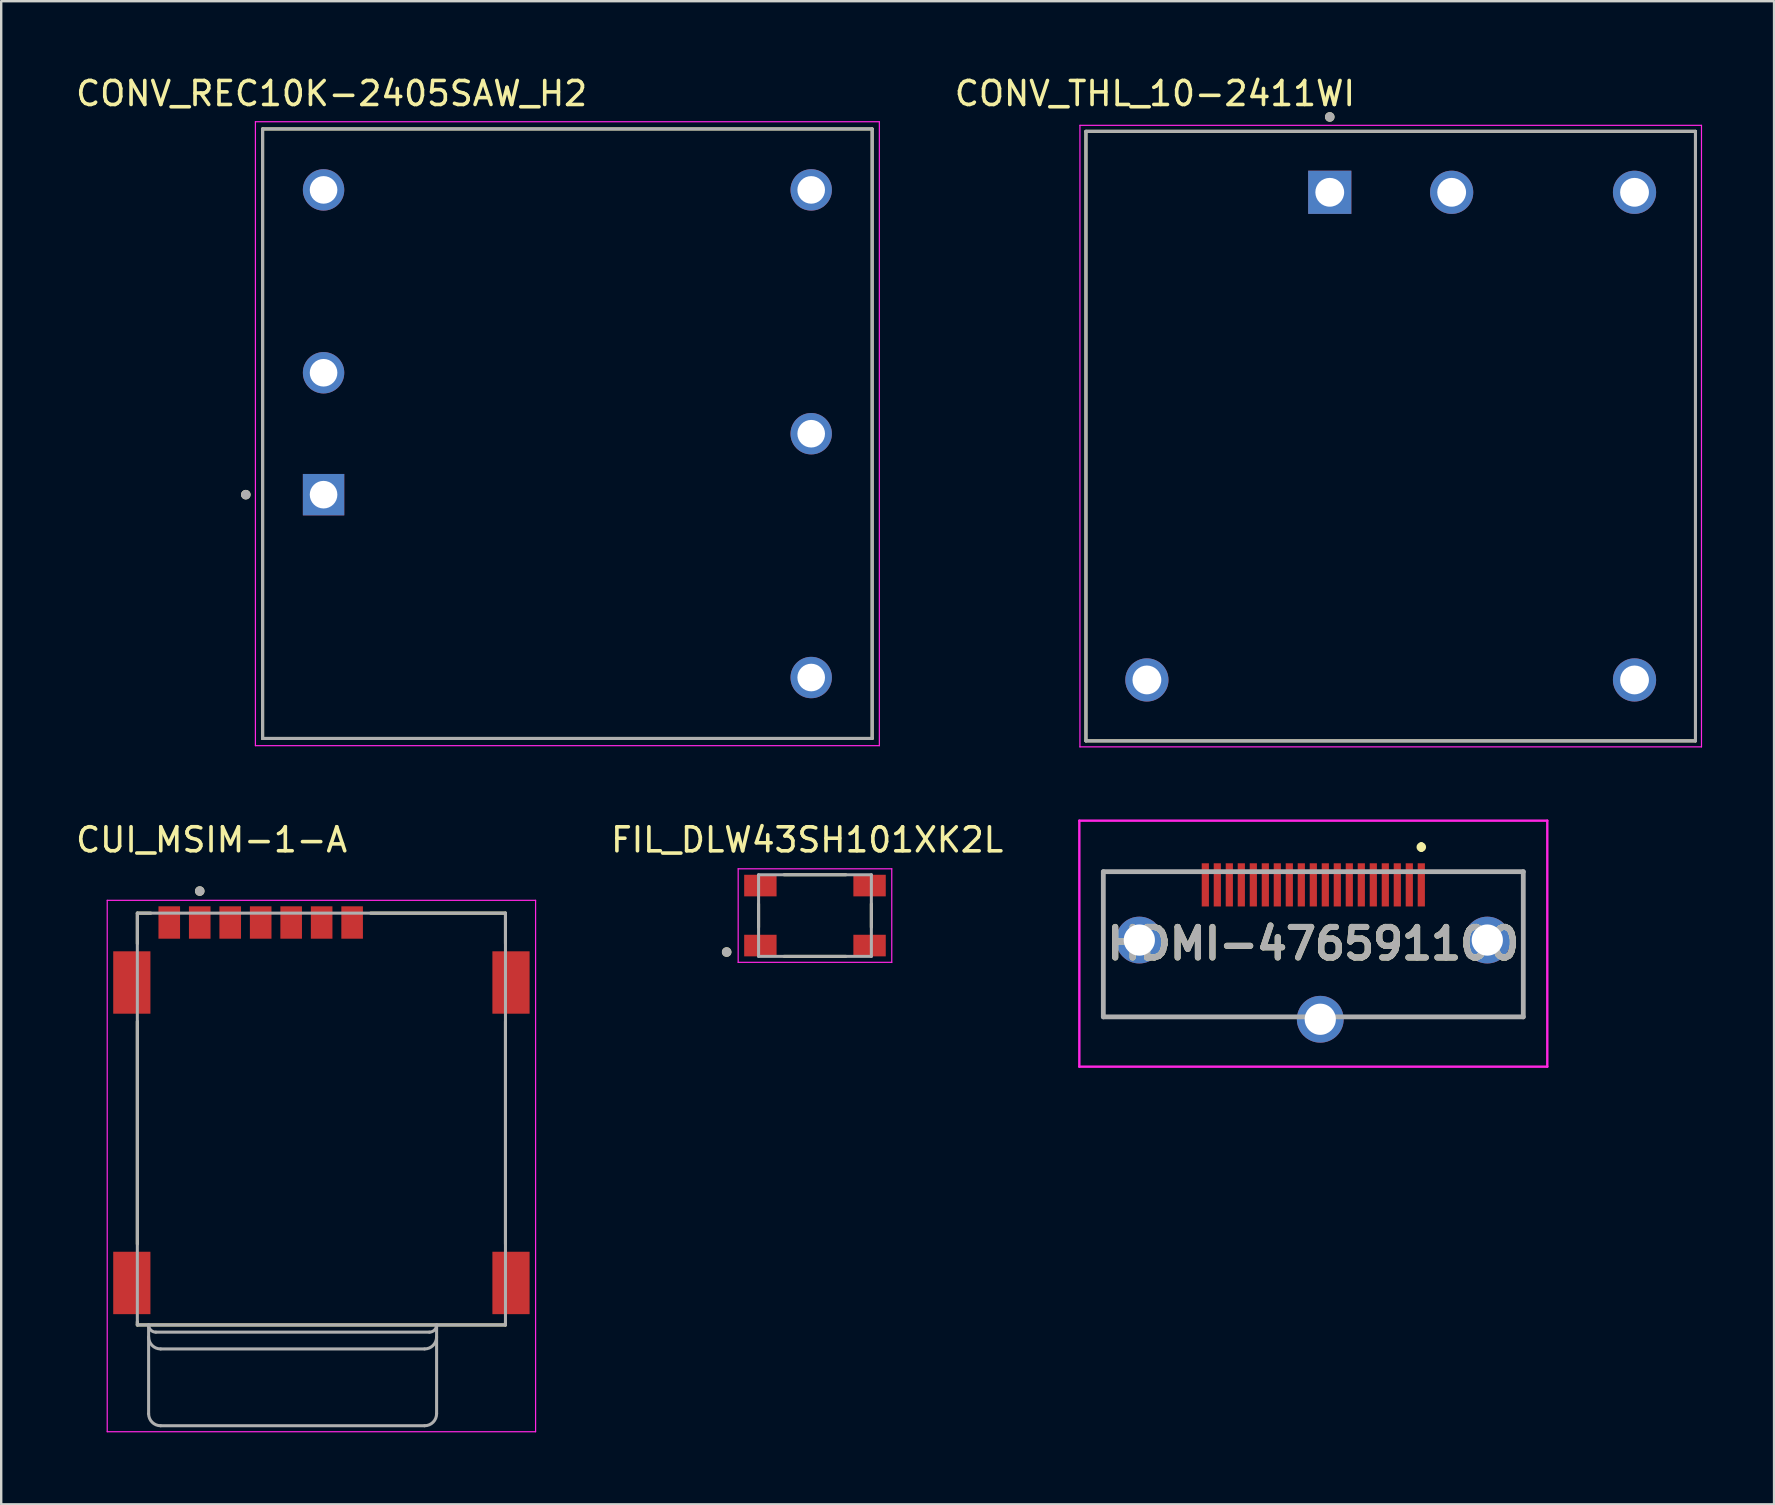
<source format=kicad_pcb>
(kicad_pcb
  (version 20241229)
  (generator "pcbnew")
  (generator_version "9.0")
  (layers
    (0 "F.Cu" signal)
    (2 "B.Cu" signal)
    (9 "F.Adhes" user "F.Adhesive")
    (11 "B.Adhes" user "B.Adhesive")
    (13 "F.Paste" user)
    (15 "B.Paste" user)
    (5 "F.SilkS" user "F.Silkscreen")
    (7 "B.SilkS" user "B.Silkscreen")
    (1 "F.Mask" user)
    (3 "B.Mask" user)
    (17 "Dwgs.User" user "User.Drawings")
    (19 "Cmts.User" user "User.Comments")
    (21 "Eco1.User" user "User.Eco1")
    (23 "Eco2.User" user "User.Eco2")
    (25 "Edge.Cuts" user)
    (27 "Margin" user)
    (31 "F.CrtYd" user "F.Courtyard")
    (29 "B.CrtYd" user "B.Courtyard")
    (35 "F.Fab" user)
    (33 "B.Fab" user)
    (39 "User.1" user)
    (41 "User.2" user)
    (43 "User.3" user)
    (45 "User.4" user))
  (footprint "CONV_THL_10-2411WI"
    (layer "F.Cu")
    (at 54.901 15.123)
    (property "Reference" "CONV_THL_10-2411WI" (at -9.825 -14.275 0) (layer "F.SilkS") (effects (font (size 1 1) (thickness 0.15))))
    (attr through_hole)
    (fp_line (start -12.7 -12.7) (end -12.7 12.7) (stroke (width 0.127) (type solid)) (layer "F.SilkS"))
    (fp_line (start -12.7 12.7) (end 12.7 12.7) (stroke (width 0.127) (type solid)) (layer "F.SilkS"))
    (fp_line (start 12.7 -12.7) (end -12.7 -12.7) (stroke (width 0.127) (type solid)) (layer "F.SilkS"))
    (fp_line (start 12.7 12.7) (end 12.7 -12.7) (stroke (width 0.127) (type solid)) (layer "F.SilkS"))
    (fp_circle (center -2.54 -13.3) (end -2.44 -13.3) (stroke (width 0.2) (type solid)) (fill no) (layer "F.SilkS"))
    (fp_line (start -12.95 -12.95) (end -12.95 12.95) (stroke (width 0.05) (type solid)) (layer "F.CrtYd"))
    (fp_line (start -12.95 12.95) (end 12.95 12.95) (stroke (width 0.05) (type solid)) (layer "F.CrtYd"))
    (fp_line (start 12.95 -12.95) (end -12.95 -12.95) (stroke (width 0.05) (type solid)) (layer "F.CrtYd"))
    (fp_line (start 12.95 12.95) (end 12.95 -12.95) (stroke (width 0.05) (type solid)) (layer "F.CrtYd"))
    (fp_line (start -12.7 -12.7) (end -12.7 12.7) (stroke (width 0.127) (type solid)) (layer "F.Fab"))
    (fp_line (start -12.7 12.7) (end 12.7 12.7) (stroke (width 0.127) (type solid)) (layer "F.Fab"))
    (fp_line (start 12.7 -12.7) (end -12.7 -12.7) (stroke (width 0.127) (type solid)) (layer "F.Fab"))
    (fp_line (start 12.7 12.7) (end 12.7 -12.7) (stroke (width 0.127) (type solid)) (layer "F.Fab"))
    (fp_circle (center -2.54 -13.3) (end -2.44 -13.3) (stroke (width 0.2) (type solid)) (fill no) (layer "F.Fab"))
    (pad "1" thru_hole rect (at -2.54 -10.16) (size 1.8 1.8) (drill 1.2) (layers "*.Cu" "*.Mask"))
    (pad "2" thru_hole circle (at 2.54 -10.16) (size 1.8 1.8) (drill 1.2) (layers "*.Cu" "*.Mask"))
    (pad "3" thru_hole circle (at -10.16 10.16) (size 1.8 1.8) (drill 1.2) (layers "*.Cu" "*.Mask"))
    (pad "5" thru_hole circle (at 10.16 10.16) (size 1.8 1.8) (drill 1.2) (layers "*.Cu" "*.Mask"))
    (pad "6" thru_hole circle (at 10.16 -10.16) (size 1.8 1.8) (drill 1.2) (layers "*.Cu" "*.Mask")))
  (footprint "HDMI-476591100"
    (layer "F.Cu")
    (at 51.676 36.348)
    (property "Reference" "HDMI-476591100" (at 0 -0.075 0) (layer "F.SilkS") (effects (font (size 1.27 1.27) (thickness 0.254))))
    (attr through_hole)
    (fp_line (start -8.75 -3.075) (end -8.75 2.975) (stroke (width 0.1) (type solid)) (layer "F.SilkS"))
    (fp_line (start -8.75 2.975) (end -2 2.975) (stroke (width 0.1) (type solid)) (layer "F.SilkS"))
    (fp_line (start 4.5 -4.2) (end 4.5 -4.2) (stroke (width 0.2) (type solid)) (layer "F.SilkS"))
    (fp_line (start 4.5 -4) (end 4.5 -4) (stroke (width 0.2) (type solid)) (layer "F.SilkS"))
    (fp_line (start 8.75 -3.075) (end 8.75 2.975) (stroke (width 0.1) (type solid)) (layer "F.SilkS"))
    (fp_line (start 8.75 2.975) (end 3.5 2.975) (stroke (width 0.1) (type solid)) (layer "F.SilkS"))
    (fp_arc (start 4.5 -4.2) (mid 4.6 -4.1) (end 4.5 -4) (stroke (width 0.2) (type solid)) (layer "F.SilkS"))
    (fp_arc (start 4.5 -4) (mid 4.4 -4.1) (end 4.5 -4.2) (stroke (width 0.2) (type solid)) (layer "F.SilkS"))
    (fp_line (start -9.75 -5.2) (end 9.75 -5.2) (stroke (width 0.1) (type solid)) (layer "F.CrtYd"))
    (fp_line (start -9.75 5.05) (end -9.75 -5.2) (stroke (width 0.1) (type solid)) (layer "F.CrtYd"))
    (fp_line (start 9.75 -5.2) (end 9.75 5.05) (stroke (width 0.1) (type solid)) (layer "F.CrtYd"))
    (fp_line (start 9.75 5.05) (end -9.75 5.05) (stroke (width 0.1) (type solid)) (layer "F.CrtYd"))
    (fp_line (start -8.75 -3.075) (end 8.75 -3.075) (stroke (width 0.2) (type solid)) (layer "F.Fab"))
    (fp_line (start -8.75 2.975) (end -8.75 -3.075) (stroke (width 0.2) (type solid)) (layer "F.Fab"))
    (fp_line (start 8.75 -3.075) (end 8.75 2.975) (stroke (width 0.2) (type solid)) (layer "F.Fab"))
    (fp_line (start 8.75 2.975) (end -8.75 2.975) (stroke (width 0.2) (type solid)) (layer "F.Fab"))
    (fp_text user "${REFERENCE}" (at 0 -0.075 0) (layer "F.Fab") (effects (font (size 1.27 1.27) (thickness 0.254))))
    (pad "1" smd rect (at 4.5 -2.525) (size 0.3 1.8) (layers "F.Cu" "F.Mask" "F.Paste"))
    (pad "2" smd rect (at 4 -2.525) (size 0.3 1.8) (layers "F.Cu" "F.Mask" "F.Paste"))
    (pad "3" smd rect (at 3.5 -2.525) (size 0.3 1.8) (layers "F.Cu" "F.Mask" "F.Paste"))
    (pad "4" smd rect (at 3 -2.525) (size 0.3 1.8) (layers "F.Cu" "F.Mask" "F.Paste"))
    (pad "5" smd rect (at 2.5 -2.525) (size 0.3 1.8) (layers "F.Cu" "F.Mask" "F.Paste"))
    (pad "6" smd rect (at 2 -2.525) (size 0.3 1.8) (layers "F.Cu" "F.Mask" "F.Paste"))
    (pad "7" smd rect (at 1.5 -2.525) (size 0.3 1.8) (layers "F.Cu" "F.Mask" "F.Paste"))
    (pad "8" smd rect (at 1 -2.525) (size 0.3 1.8) (layers "F.Cu" "F.Mask" "F.Paste"))
    (pad "9" smd rect (at 0.5 -2.525) (size 0.3 1.8) (layers "F.Cu" "F.Mask" "F.Paste"))
    (pad "10" smd rect (at 0 -2.525) (size 0.3 1.8) (layers "F.Cu" "F.Mask" "F.Paste"))
    (pad "11" smd rect (at -0.5 -2.525) (size 0.3 1.8) (layers "F.Cu" "F.Mask" "F.Paste"))
    (pad "12" smd rect (at -1 -2.525) (size 0.3 1.8) (layers "F.Cu" "F.Mask" "F.Paste"))
    (pad "13" smd rect (at -1.5 -2.525) (size 0.3 1.8) (layers "F.Cu" "F.Mask" "F.Paste"))
    (pad "14" smd rect (at -2 -2.525) (size 0.3 1.8) (layers "F.Cu" "F.Mask" "F.Paste"))
    (pad "15" smd rect (at -2.5 -2.525) (size 0.3 1.8) (layers "F.Cu" "F.Mask" "F.Paste"))
    (pad "16" smd rect (at -3 -2.525) (size 0.3 1.8) (layers "F.Cu" "F.Mask" "F.Paste"))
    (pad "17" smd rect (at -3.5 -2.525) (size 0.3 1.8) (layers "F.Cu" "F.Mask" "F.Paste"))
    (pad "18" smd rect (at -4 -2.525) (size 0.3 1.8) (layers "F.Cu" "F.Mask" "F.Paste"))
    (pad "19" smd rect (at -4.5 -2.525) (size 0.3 1.8) (layers "F.Cu" "F.Mask" "F.Paste"))
    (pad "MH1" thru_hole circle (at -7.25 -0.225) (size 1.95 1.95) (drill 1.3) (layers "*.Cu" "*.Mask"))
    (pad "MH2" thru_hole circle (at 0.29 3.075) (size 1.95 1.95) (drill 1.3) (layers "*.Cu" "*.Mask"))
    (pad "MH3" thru_hole circle (at 7.25 -0.225) (size 1.95 1.95) (drill 1.3) (layers "*.Cu" "*.Mask")))
  (footprint "CUI_MSIM-1-A"
    (layer "F.Cu")
    (at 10.343 43.581)
    (property "Reference" "CUI_MSIM-1-A" (at -4.575 -11.635 0) (layer "F.SilkS") (effects (font (size 1 1) (thickness 0.15))))
    (attr smd)
    (fp_line (start -7.67 -8.58) (end -7.11 -8.58) (stroke (width 0.127) (type solid)) (layer "F.SilkS"))
    (fp_line (start -7.67 -7.31) (end -7.67 -8.58) (stroke (width 0.127) (type solid)) (layer "F.SilkS"))
    (fp_line (start -7.67 5.21) (end -7.67 -4.07) (stroke (width 0.127) (type solid)) (layer "F.SilkS"))
    (fp_line (start -7.67 8.58) (end -7.67 8.45) (stroke (width 0.127) (type solid)) (layer "F.SilkS"))
    (fp_line (start 2.05 -8.58) (end 7.67 -8.58) (stroke (width 0.127) (type solid)) (layer "F.SilkS"))
    (fp_line (start 7.67 -8.58) (end 7.67 -7.31) (stroke (width 0.127) (type solid)) (layer "F.SilkS"))
    (fp_line (start 7.67 5.21) (end 7.67 -4.07) (stroke (width 0.127) (type solid)) (layer "F.SilkS"))
    (fp_line (start 7.67 8.45) (end 7.67 8.58) (stroke (width 0.127) (type solid)) (layer "F.SilkS"))
    (fp_line (start 7.67 8.58) (end -7.67 8.58) (stroke (width 0.127) (type solid)) (layer "F.SilkS"))
    (fp_circle (center -5.07 -9.5) (end -4.97 -9.5) (stroke (width 0.2) (type solid)) (fill no) (layer "F.SilkS"))
    (fp_line (start -8.925 -9.115) (end 8.925 -9.115) (stroke (width 0.05) (type solid)) (layer "F.CrtYd"))
    (fp_line (start -8.925 13.03) (end -8.925 -9.115) (stroke (width 0.05) (type solid)) (layer "F.CrtYd"))
    (fp_line (start 8.925 -9.115) (end 8.925 13.03) (stroke (width 0.05) (type solid)) (layer "F.CrtYd"))
    (fp_line (start 8.925 13.03) (end -8.925 13.03) (stroke (width 0.05) (type solid)) (layer "F.CrtYd"))
    (fp_line (start -7.67 -8.58) (end 7.67 -8.58) (stroke (width 0.127) (type solid)) (layer "F.Fab"))
    (fp_line (start -7.67 8.58) (end -7.67 -8.58) (stroke (width 0.127) (type solid)) (layer "F.Fab"))
    (fp_line (start -7.2 8.58) (end -7.67 8.58) (stroke (width 0.127) (type solid)) (layer "F.Fab"))
    (fp_line (start -7.2 8.58) (end -7.2 12.28) (stroke (width 0.127) (type solid)) (layer "F.Fab"))
    (fp_line (start -6.9 8.88) (end 4.5 8.88) (stroke (width 0.127) (type solid)) (layer "F.Fab"))
    (fp_line (start -6.7 9.58) (end 4.3 9.58) (stroke (width 0.127) (type solid)) (layer "F.Fab"))
    (fp_line (start -6.7 12.78) (end 4.3 12.78) (stroke (width 0.127) (type solid)) (layer "F.Fab"))
    (fp_line (start 4.8 8.58) (end -7.2 8.58) (stroke (width 0.127) (type solid)) (layer "F.Fab"))
    (fp_line (start 4.8 12.28) (end 4.8 8.58) (stroke (width 0.127) (type solid)) (layer "F.Fab"))
    (fp_line (start 7.67 -8.58) (end 7.67 8.58) (stroke (width 0.127) (type solid)) (layer "F.Fab"))
    (fp_line (start 7.67 8.58) (end 4.8 8.58) (stroke (width 0.127) (type solid)) (layer "F.Fab"))
    (fp_arc (start -6.9 8.88) (mid -7.112132 8.792132) (end -7.2 8.58) (stroke (width 0.127) (type solid)) (layer "F.Fab"))
    (fp_arc (start -6.7 9.58) (mid -7.053553 9.433553) (end -7.2 9.08) (stroke (width 0.127) (type solid)) (layer "F.Fab"))
    (fp_arc (start -6.7 12.78) (mid -7.053553 12.633553) (end -7.2 12.28) (stroke (width 0.127) (type solid)) (layer "F.Fab"))
    (fp_arc (start 4.8 8.58) (mid 4.712132 8.792132) (end 4.5 8.88) (stroke (width 0.127) (type solid)) (layer "F.Fab"))
    (fp_arc (start 4.8 9.08) (mid 4.653553 9.433553) (end 4.3 9.58) (stroke (width 0.127) (type solid)) (layer "F.Fab"))
    (fp_arc (start 4.8 12.28) (mid 4.653553 12.633553) (end 4.3 12.78) (stroke (width 0.127) (type solid)) (layer "F.Fab"))
    (fp_circle (center -5.07 -9.5) (end -4.97 -9.5) (stroke (width 0.2) (type solid)) (fill no) (layer "F.Fab"))
    (pad "C1" smd rect (at -5.07 -8.19) (size 0.9 1.35) (layers "F.Cu" "F.Mask" "F.Paste"))
    (pad "C2" smd rect (at -2.53 -8.19) (size 0.9 1.35) (layers "F.Cu" "F.Mask" "F.Paste"))
    (pad "C3" smd rect (at 0.01 -8.19) (size 0.9 1.35) (layers "F.Cu" "F.Mask" "F.Paste"))
    (pad "C5" smd rect (at -6.34 -8.19) (size 0.9 1.35) (layers "F.Cu" "F.Mask" "F.Paste"))
    (pad "C6" smd rect (at -3.8 -8.19) (size 0.9 1.35) (layers "F.Cu" "F.Mask" "F.Paste"))
    (pad "C7" smd rect (at -1.26 -8.19) (size 0.9 1.35) (layers "F.Cu" "F.Mask" "F.Paste"))
    (pad "CD" smd rect (at 1.28 -8.19) (size 0.9 1.35) (layers "F.Cu" "F.Mask" "F.Paste"))
    (pad "G1" smd rect (at -7.9 -5.69) (size 1.55 2.6) (layers "F.Cu" "F.Mask" "F.Paste"))
    (pad "G2" smd rect (at 7.9 -5.69) (size 1.55 2.6) (layers "F.Cu" "F.Mask" "F.Paste"))
    (pad "G3" smd rect (at -7.9 6.83) (size 1.55 2.6) (layers "F.Cu" "F.Mask" "F.Paste"))
    (pad "G4" smd rect (at 7.9 6.83) (size 1.55 2.6) (layers "F.Cu" "F.Mask" "F.Paste"))
    (zone (net_name "") (layer "F.Cu") (hatch full 0.508) (connect_pads) (min_thickness 0.01) (filled_areas_thickness no) (keepout (tracks not_allowed) (vias not_allowed) (pads not_allowed) (copperpour not_allowed) (footprints allowed)) (placement (enabled no)) (fill) (polygon (pts (xy 4.833 41.161) (xy 6.553 41.161) (xy 6.553 44.761) (xy 4.833 44.761))))
    (zone (net_name "") (layer "F.Cu") (hatch full 0.508) (connect_pads) (min_thickness 0.01) (filled_areas_thickness no) (keepout (tracks not_allowed) (vias not_allowed) (pads not_allowed) (copperpour not_allowed) (footprints allowed)) (placement (enabled no)) (fill) (polygon (pts (xy 4.833 47.681) (xy 6.553 47.681) (xy 6.553 51.282) (xy 4.833 51.282))))
    (zone (net_name "") (layer "F.Cu") (hatch full 0.508) (connect_pads) (min_thickness 0.01) (filled_areas_thickness no) (keepout (tracks not_allowed) (vias not_allowed) (pads not_allowed) (copperpour not_allowed) (footprints allowed)) (placement (enabled no)) (fill) (polygon (pts (xy 7.373 41.161) (xy 9.093 41.161) (xy 9.093 44.761) (xy 7.373 44.761))))
    (zone (net_name "") (layer "F.Cu") (hatch full 0.508) (connect_pads) (min_thickness 0.01) (filled_areas_thickness no) (keepout (tracks not_allowed) (vias not_allowed) (pads not_allowed) (copperpour not_allowed) (footprints allowed)) (placement (enabled no)) (fill) (polygon (pts (xy 7.373 47.681) (xy 9.093 47.681) (xy 9.093 51.282) (xy 7.373 51.282))))
    (zone (net_name "") (layer "F.Cu") (hatch full 0.508) (connect_pads) (min_thickness 0.01) (filled_areas_thickness no) (keepout (tracks not_allowed) (vias not_allowed) (pads not_allowed) (copperpour not_allowed) (footprints allowed)) (placement (enabled no)) (fill) (polygon (pts (xy 9.923 41.161) (xy 11.223 41.161) (xy 11.223 44.761) (xy 9.923 44.761))))
    (zone (net_name "") (layer "F.Cu") (hatch full 0.508) (connect_pads) (min_thickness 0.01) (filled_areas_thickness no) (keepout (tracks not_allowed) (vias not_allowed) (pads not_allowed) (copperpour not_allowed) (footprints allowed)) (placement (enabled no)) (fill) (polygon (pts (xy 9.923 47.681) (xy 11.223 47.681) (xy 11.223 51.282) (xy 9.923 51.282))))
    (zone (net_name "") (layers "F.Cu" "B.Cu") (hatch full 0.508) (connect_pads) (min_thickness 0.01) (filled_areas_thickness no) (keepout (tracks allowed) (vias not_allowed) (pads allowed) (copperpour allowed) (footprints allowed)) (placement (enabled no)) (fill) (polygon (pts (xy 4.833 41.161) (xy 6.553 41.161) (xy 6.553 44.761) (xy 4.833 44.761))))
    (zone (net_name "") (layers "F.Cu" "B.Cu") (hatch full 0.508) (connect_pads) (min_thickness 0.01) (filled_areas_thickness no) (keepout (tracks allowed) (vias not_allowed) (pads allowed) (copperpour allowed) (footprints allowed)) (placement (enabled no)) (fill) (polygon (pts (xy 4.833 47.681) (xy 6.553 47.681) (xy 6.553 51.282) (xy 4.833 51.282))))
    (zone (net_name "") (layers "F.Cu" "B.Cu") (hatch full 0.508) (connect_pads) (min_thickness 0.01) (filled_areas_thickness no) (keepout (tracks allowed) (vias not_allowed) (pads allowed) (copperpour allowed) (footprints allowed)) (placement (enabled no)) (fill) (polygon (pts (xy 7.373 41.161) (xy 9.093 41.161) (xy 9.093 44.761) (xy 7.373 44.761))))
    (zone (net_name "") (layers "F.Cu" "B.Cu") (hatch full 0.508) (connect_pads) (min_thickness 0.01) (filled_areas_thickness no) (keepout (tracks allowed) (vias not_allowed) (pads allowed) (copperpour allowed) (footprints allowed)) (placement (enabled no)) (fill) (polygon (pts (xy 7.373 47.681) (xy 9.093 47.681) (xy 9.093 51.282) (xy 7.373 51.282))))
    (zone (net_name "") (layers "F.Cu" "B.Cu") (hatch full 0.508) (connect_pads) (min_thickness 0.01) (filled_areas_thickness no) (keepout (tracks allowed) (vias not_allowed) (pads allowed) (copperpour allowed) (footprints allowed)) (placement (enabled no)) (fill) (polygon (pts (xy 9.923 41.161) (xy 11.223 41.161) (xy 11.223 44.761) (xy 9.923 44.761))))
    (zone (net_name "") (layers "F.Cu" "B.Cu") (hatch full 0.508) (connect_pads) (min_thickness 0.01) (filled_areas_thickness no) (keepout (tracks allowed) (vias not_allowed) (pads allowed) (copperpour allowed) (footprints allowed)) (placement (enabled no)) (fill) (polygon (pts (xy 9.923 47.681) (xy 11.223 47.681) (xy 11.223 51.282) (xy 9.923 51.282)))))
  (footprint "CONV_REC10K-2405SAW_H2"
    (layer "F.Cu")
    (at 20.593 15.023)
    (property "Reference" "CONV_REC10K-2405SAW_H2" (at -9.825 -14.175 0) (layer "F.SilkS") (effects (font (size 1 1) (thickness 0.15))))
    (attr through_hole)
    (fp_line (start -12.7 -12.7) (end -12.7 12.7) (stroke (width 0.127) (type solid)) (layer "F.SilkS"))
    (fp_line (start -12.7 12.7) (end 12.7 12.7) (stroke (width 0.127) (type solid)) (layer "F.SilkS"))
    (fp_line (start 12.7 -12.7) (end -12.7 -12.7) (stroke (width 0.127) (type solid)) (layer "F.SilkS"))
    (fp_line (start 12.7 12.7) (end 12.7 -12.7) (stroke (width 0.127) (type solid)) (layer "F.SilkS"))
    (fp_circle (center -13.4 2.54) (end -13.3 2.54) (stroke (width 0.2) (type solid)) (fill no) (layer "F.SilkS"))
    (fp_line (start -13 -13) (end -13 13) (stroke (width 0.05) (type solid)) (layer "F.CrtYd"))
    (fp_line (start -13 13) (end 13 13) (stroke (width 0.05) (type solid)) (layer "F.CrtYd"))
    (fp_line (start 13 -13) (end -13 -13) (stroke (width 0.05) (type solid)) (layer "F.CrtYd"))
    (fp_line (start 13 13) (end 13 -13) (stroke (width 0.05) (type solid)) (layer "F.CrtYd"))
    (fp_line (start -12.7 -12.7) (end -12.7 12.7) (stroke (width 0.127) (type solid)) (layer "F.Fab"))
    (fp_line (start -12.7 12.7) (end 12.7 12.7) (stroke (width 0.127) (type solid)) (layer "F.Fab"))
    (fp_line (start 12.7 -12.7) (end -12.7 -12.7) (stroke (width 0.127) (type solid)) (layer "F.Fab"))
    (fp_line (start 12.7 12.7) (end 12.7 -12.7) (stroke (width 0.127) (type solid)) (layer "F.Fab"))
    (fp_circle (center -13.4 2.54) (end -13.3 2.54) (stroke (width 0.2) (type solid)) (fill no) (layer "F.Fab"))
    (pad "1" thru_hole rect (at -10.16 2.54) (size 1.725 1.725) (drill 1.15) (layers "*.Cu" "*.Mask"))
    (pad "2" thru_hole circle (at -10.16 -2.54) (size 1.725 1.725) (drill 1.15) (layers "*.Cu" "*.Mask"))
    (pad "3" thru_hole circle (at -10.16 -10.16) (size 1.725 1.725) (drill 1.15) (layers "*.Cu" "*.Mask"))
    (pad "4" thru_hole circle (at 10.16 -10.16) (size 1.725 1.725) (drill 1.15) (layers "*.Cu" "*.Mask"))
    (pad "5" thru_hole circle (at 10.16 0) (size 1.725 1.725) (drill 1.15) (layers "*.Cu" "*.Mask"))
    (pad "6" thru_hole circle (at 10.16 10.16) (size 1.725 1.725) (drill 1.15) (layers "*.Cu" "*.Mask")))
  (footprint "FIL_DLW43SH101XK2L"
    (layer "F.Cu")
    (at 30.91 35.102)
    (property "Reference" "FIL_DLW43SH101XK2L" (at -0.325 -3.155 0) (layer "F.SilkS") (effects (font (size 1 1) (thickness 0.15))))
    (attr smd)
    (fp_line (start -2.35 -0.486) (end -2.35 0.486) (stroke (width 0.127) (type solid)) (layer "F.SilkS"))
    (fp_line (start -1.286 1.7) (end 1.286 1.7) (stroke (width 0.127) (type solid)) (layer "F.SilkS"))
    (fp_line (start 1.286 -1.7) (end -1.286 -1.7) (stroke (width 0.127) (type solid)) (layer "F.SilkS"))
    (fp_line (start 2.35 0.486) (end 2.35 -0.486) (stroke (width 0.127) (type solid)) (layer "F.SilkS"))
    (fp_circle (center -3.68 1.52) (end -3.58 1.52) (stroke (width 0.2) (type solid)) (fill no) (layer "F.SilkS"))
    (fp_line (start -3.2 -1.95) (end 3.2 -1.95) (stroke (width 0.05) (type solid)) (layer "F.CrtYd"))
    (fp_line (start -3.2 1.95) (end -3.2 -1.95) (stroke (width 0.05) (type solid)) (layer "F.CrtYd"))
    (fp_line (start 3.2 -1.95) (end 3.2 1.95) (stroke (width 0.05) (type solid)) (layer "F.CrtYd"))
    (fp_line (start 3.2 1.95) (end -3.2 1.95) (stroke (width 0.05) (type solid)) (layer "F.CrtYd"))
    (fp_line (start -2.35 -1.7) (end -2.35 1.7) (stroke (width 0.127) (type solid)) (layer "F.Fab"))
    (fp_line (start -2.35 1.7) (end 2.35 1.7) (stroke (width 0.127) (type solid)) (layer "F.Fab"))
    (fp_line (start 2.35 -1.7) (end -2.35 -1.7) (stroke (width 0.127) (type solid)) (layer "F.Fab"))
    (fp_line (start 2.35 1.7) (end 2.35 -1.7) (stroke (width 0.127) (type solid)) (layer "F.Fab"))
    (fp_circle (center -3.68 1.52) (end -3.58 1.52) (stroke (width 0.2) (type solid)) (fill no) (layer "F.Fab"))
    (pad "1" smd rect (at -2.275 1.25) (size 1.35 0.9) (layers "F.Cu" "F.Mask" "F.Paste"))
    (pad "2" smd rect (at 2.275 1.25) (size 1.35 0.9) (layers "F.Cu" "F.Mask" "F.Paste"))
    (pad "3" smd rect (at 2.275 -1.25) (size 1.35 0.9) (layers "F.Cu" "F.Mask" "F.Paste"))
    (pad "4" smd rect (at -2.275 -1.25) (size 1.35 0.9) (layers "F.Cu" "F.Mask" "F.Paste")))
  (gr_rect
    (start -3 -3)
    (end 70.876 59.636)
    (stroke (width 0.1) (type default))
    (fill no)
    (layer "Edge.Cuts")))
</source>
